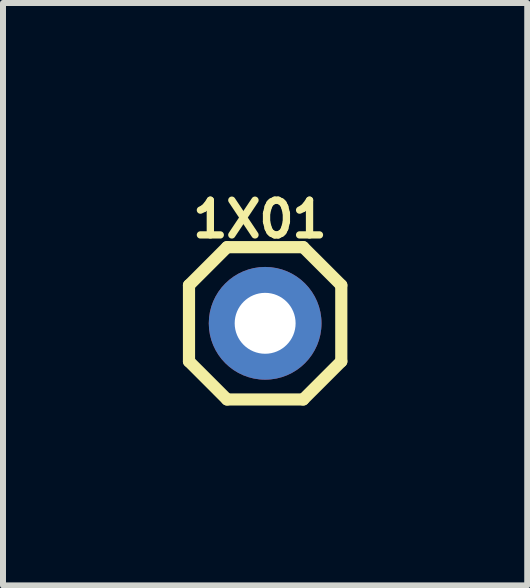
<source format=kicad_pcb>
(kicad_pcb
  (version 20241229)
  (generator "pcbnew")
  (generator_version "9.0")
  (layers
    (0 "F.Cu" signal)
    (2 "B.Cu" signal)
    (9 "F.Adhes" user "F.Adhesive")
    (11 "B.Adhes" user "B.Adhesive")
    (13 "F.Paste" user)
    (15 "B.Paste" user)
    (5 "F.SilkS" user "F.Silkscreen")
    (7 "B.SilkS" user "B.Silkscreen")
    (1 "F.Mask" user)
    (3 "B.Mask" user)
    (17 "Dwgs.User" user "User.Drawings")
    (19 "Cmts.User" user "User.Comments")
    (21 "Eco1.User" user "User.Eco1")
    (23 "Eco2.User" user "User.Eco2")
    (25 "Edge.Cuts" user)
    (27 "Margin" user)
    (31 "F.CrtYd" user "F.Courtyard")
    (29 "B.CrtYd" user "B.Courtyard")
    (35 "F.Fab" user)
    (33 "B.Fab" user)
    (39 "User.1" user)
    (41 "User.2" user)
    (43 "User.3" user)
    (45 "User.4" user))
  (footprint "1X01"
    (layer "F.Cu")
    (at 1.372 2.342)
    (property "Reference" "1X01" (at -1.27 -1.397 0) (layer "F.SilkS") (effects (font (size 0.579 0.579) (thickness 0.122)) (justify left bottom)))
    (attr through_hole)
    (fp_line (start -1.27 -0.635) (end -1.27 0.635) (stroke (width 0.203) (type solid)) (layer "F.SilkS"))
    (fp_line (start -1.27 0.635) (end -0.635 1.27) (stroke (width 0.203) (type solid)) (layer "F.SilkS"))
    (fp_line (start -0.635 -1.27) (end -1.27 -0.635) (stroke (width 0.203) (type solid)) (layer "F.SilkS"))
    (fp_line (start -0.635 1.27) (end 0.635 1.27) (stroke (width 0.203) (type solid)) (layer "F.SilkS"))
    (fp_line (start 0.635 -1.27) (end -0.635 -1.27) (stroke (width 0.203) (type solid)) (layer "F.SilkS"))
    (fp_line (start 0.635 1.27) (end 1.27 0.635) (stroke (width 0.203) (type solid)) (layer "F.SilkS"))
    (fp_line (start 1.27 -0.635) (end 0.635 -1.27) (stroke (width 0.203) (type solid)) (layer "F.SilkS"))
    (fp_line (start 1.27 0.635) (end 1.27 -0.635) (stroke (width 0.203) (type solid)) (layer "F.SilkS"))
    (fp_poly (pts (xy -0.254 0.254) (xy 0.254 0.254) (xy 0.254 -0.254) (xy -0.254 -0.254)) (stroke (width 0.1) (type solid)) (fill no) (layer "F.Fab"))
    (pad "1" thru_hole circle (at 0 0 90) (size 1.88 1.88) (drill 1.016) (layers "*.Cu" "*.Mask")))
  (gr_rect
    (start -3 -3)
    (end 5.743 6.713)
    (stroke (width 0.1) (type default))
    (fill no)
    (layer "Edge.Cuts")))
</source>
